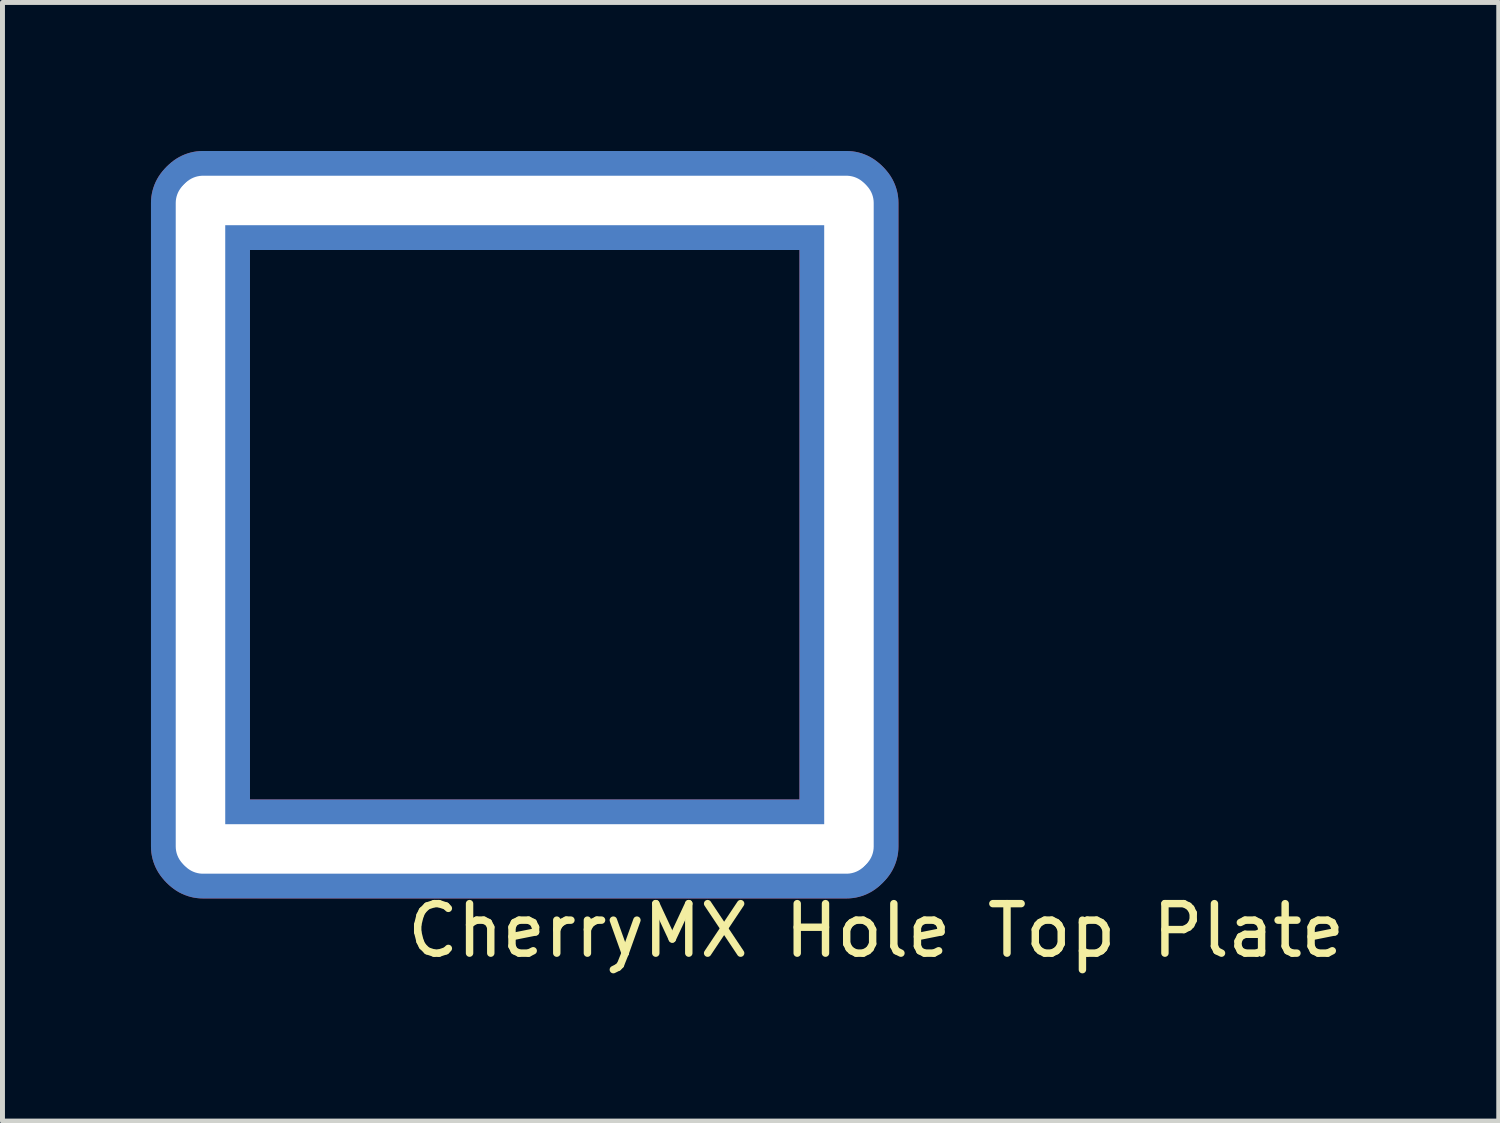
<source format=kicad_pcb>
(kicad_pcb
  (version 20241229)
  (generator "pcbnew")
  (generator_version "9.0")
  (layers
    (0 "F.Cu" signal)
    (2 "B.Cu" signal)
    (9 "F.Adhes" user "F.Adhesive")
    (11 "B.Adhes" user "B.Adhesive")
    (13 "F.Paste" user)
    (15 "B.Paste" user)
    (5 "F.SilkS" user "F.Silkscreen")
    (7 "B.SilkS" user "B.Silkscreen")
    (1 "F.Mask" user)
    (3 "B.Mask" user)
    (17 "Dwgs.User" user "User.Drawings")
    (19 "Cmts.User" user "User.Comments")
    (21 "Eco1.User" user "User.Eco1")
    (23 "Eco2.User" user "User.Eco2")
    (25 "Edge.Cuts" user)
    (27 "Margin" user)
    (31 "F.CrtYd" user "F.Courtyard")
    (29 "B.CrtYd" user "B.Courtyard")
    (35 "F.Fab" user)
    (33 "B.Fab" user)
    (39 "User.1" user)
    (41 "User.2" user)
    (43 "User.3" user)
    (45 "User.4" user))
  (footprint "CherryMX Hole Top Plate"
    (layer "F.Cu")
    (at 7.55 7.55)
    (property "Reference" "CherryMX Hole Top Plate" (at 7.1 8.2 0) (layer "F.SilkS") (effects (font (size 1 1) (thickness 0.15))))
    (attr through_hole)
    (pad "1" thru_hole oval (at -6.55 0) (size 2 15) (drill oval 1 14) (layers "*.Cu" "*.Mask"))
    (pad "1" thru_hole oval (at 0 -6.55) (size 15 2) (drill oval 14 1) (layers "*.Cu" "*.Mask"))
    (pad "1" thru_hole oval (at 0 6.55) (size 15 2) (drill oval 14 1) (layers "*.Cu" "*.Mask"))
    (pad "1" thru_hole oval (at 6.55 0) (size 2 15) (drill oval 1 14) (layers "*.Cu" "*.Mask")))
  (gr_rect
    (start -3 -3)
    (end 27.227 19.598)
    (stroke (width 0.1) (type default))
    (fill no)
    (layer "Edge.Cuts")))
</source>
